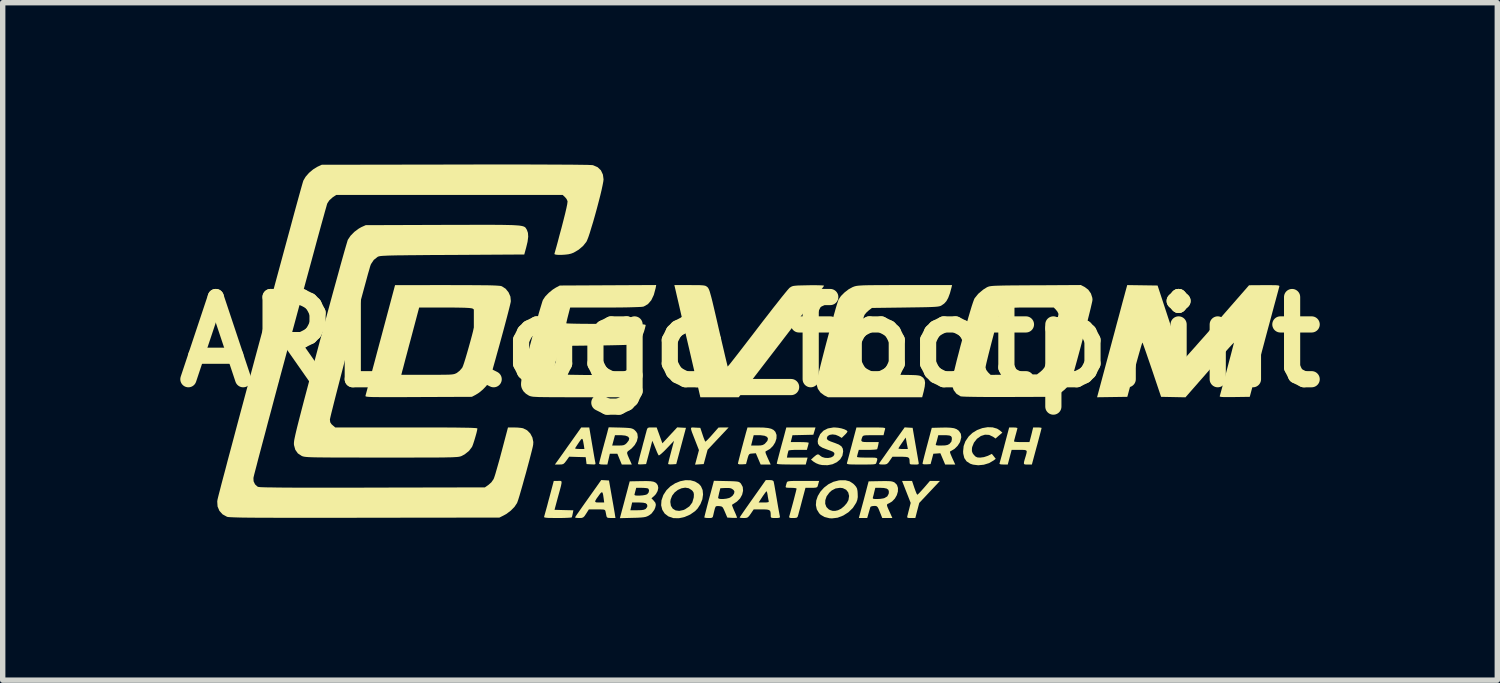
<source format=kicad_pcb>
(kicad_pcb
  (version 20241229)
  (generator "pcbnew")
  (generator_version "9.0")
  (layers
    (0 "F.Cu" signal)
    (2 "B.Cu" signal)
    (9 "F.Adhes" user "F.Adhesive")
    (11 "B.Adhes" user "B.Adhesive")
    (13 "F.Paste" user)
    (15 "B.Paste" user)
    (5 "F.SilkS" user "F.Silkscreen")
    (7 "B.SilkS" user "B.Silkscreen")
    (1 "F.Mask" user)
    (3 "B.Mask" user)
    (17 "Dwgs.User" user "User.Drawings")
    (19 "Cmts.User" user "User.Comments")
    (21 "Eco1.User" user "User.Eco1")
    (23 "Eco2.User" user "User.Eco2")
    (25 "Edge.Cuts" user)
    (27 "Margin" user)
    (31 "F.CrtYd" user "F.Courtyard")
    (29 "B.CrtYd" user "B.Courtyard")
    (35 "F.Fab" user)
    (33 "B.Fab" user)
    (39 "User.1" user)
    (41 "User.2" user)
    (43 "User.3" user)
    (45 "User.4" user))
  (footprint "ARL_logo_footprint"
    (layer "F.Cu")
    (at 10.857 3.292)
    (property "Reference" "ARL_logo_footprint" (at 0 0 0) (layer "F.SilkS") (effects (font (size 1.524 1.524) (thickness 0.3))))
    (attr board_only exclude_from_pos_files exclude_from_bom)
    (fp_poly (pts (xy 3.047 2.703) (xy 3.068 2.761) (xy 3.086 2.806) (xy 3.099 2.829) (xy 3.102 2.831) (xy 3.117 2.82) (xy 3.148 2.789) (xy 3.189 2.744) (xy 3.225 2.704) (xy 3.335 2.576) (xy 3.428 2.576) (xy 3.522 2.575) (xy 3.33 2.779) (xy 3.138 2.983) (xy 3.101 3.123) (xy 3.065 3.263) (xy 2.986 3.263) (xy 2.939 3.262) (xy 2.918 3.256) (xy 2.914 3.241) (xy 2.917 3.227) (xy 2.926 3.193) (xy 2.939 3.14) (xy 2.953 3.087) (xy 2.979 2.983) (xy 2.899 2.779) (xy 2.819 2.575) (xy 3.004 2.575)) (stroke (width 0) (type solid)) (fill yes) (layer "F.SilkS"))
    (fp_poly (pts (xy -0.592 1.791) (xy -0.787 1.998) (xy -0.823 2.131) (xy -0.859 2.263) (xy -0.939 2.268) (xy -1.019 2.273) (xy -0.947 2.004) (xy -1.015 1.83) (xy -1.051 1.738) (xy -1.077 1.671) (xy -1.091 1.627) (xy -1.095 1.601) (xy -1.088 1.587) (xy -1.07 1.584) (xy -1.041 1.585) (xy -1.014 1.587) (xy -0.922 1.591) (xy -0.881 1.714) (xy -0.861 1.773) (xy -0.843 1.818) (xy -0.832 1.844) (xy -0.83 1.846) (xy -0.817 1.839) (xy -0.787 1.811) (xy -0.746 1.768) (xy -0.703 1.72) (xy -0.584 1.585) (xy -0.49 1.584) (xy -0.397 1.584)) (stroke (width 0) (type solid)) (fill yes) (layer "F.SilkS"))
    (fp_poly (pts (xy -3.513 2.575) (xy -3.5 2.58) (xy -3.494 2.595) (xy -3.496 2.622) (xy -3.505 2.667) (xy -3.522 2.732) (xy -3.547 2.822) (xy -3.565 2.887) (xy -3.625 3.111) (xy -3.45 3.116) (xy -3.276 3.12) (xy -3.287 3.179) (xy -3.296 3.221) (xy -3.304 3.248) (xy -3.305 3.251) (xy -3.323 3.255) (xy -3.367 3.258) (xy -3.432 3.261) (xy -3.513 3.263) (xy -3.57 3.263) (xy -3.669 3.262) (xy -3.741 3.261) (xy -3.787 3.257) (xy -3.812 3.252) (xy -3.819 3.244) (xy -3.819 3.243) (xy -3.813 3.222) (xy -3.8 3.175) (xy -3.781 3.107) (xy -3.758 3.023) (xy -3.733 2.927) (xy -3.725 2.899) (xy -3.639 2.575) (xy -3.562 2.575) (xy -3.534 2.574)) (stroke (width 0) (type solid)) (fill yes) (layer "F.SilkS"))
    (fp_poly (pts (xy 1.174 1.719) (xy 0.787 1.728) (xy 0.771 1.792) (xy 0.755 1.855) (xy 0.921 1.855) (xy 0.99 1.856) (xy 1.045 1.859) (xy 1.079 1.864) (xy 1.088 1.867) (xy 1.084 1.889) (xy 1.074 1.929) (xy 1.071 1.939) (xy 1.054 1.999) (xy 0.888 1.999) (xy 0.818 2) (xy 0.762 2.003) (xy 0.725 2.008) (xy 0.714 2.011) (xy 0.707 2.034) (xy 0.697 2.074) (xy 0.695 2.083) (xy 0.684 2.143) (xy 1.067 2.143) (xy 1.033 2.271) (xy 0.764 2.271) (xy 0.661 2.27) (xy 0.58 2.268) (xy 0.525 2.264) (xy 0.498 2.258) (xy 0.496 2.255) (xy 0.5 2.235) (xy 0.511 2.19) (xy 0.528 2.125) (xy 0.549 2.045) (xy 0.566 1.98) (xy 0.591 1.887) (xy 0.615 1.801) (xy 0.635 1.727) (xy 0.649 1.673) (xy 0.655 1.651) (xy 0.673 1.584) (xy 1.214 1.584)) (stroke (width 0) (type solid)) (fill yes) (layer "F.SilkS"))
    (fp_poly (pts (xy 4.498 1.582) (xy 4.581 1.606) (xy 4.635 1.641) (xy 4.679 1.68) (xy 4.615 1.734) (xy 4.552 1.789) (xy 4.507 1.757) (xy 4.434 1.722) (xy 4.357 1.718) (xy 4.281 1.742) (xy 4.208 1.794) (xy 4.152 1.865) (xy 4.119 1.947) (xy 4.115 1.972) (xy 4.114 2.022) (xy 4.127 2.06) (xy 4.15 2.092) (xy 4.183 2.125) (xy 4.218 2.14) (xy 4.267 2.143) (xy 4.337 2.134) (xy 4.407 2.111) (xy 4.412 2.109) (xy 4.484 2.074) (xy 4.52 2.119) (xy 4.556 2.165) (xy 4.516 2.196) (xy 4.433 2.245) (xy 4.334 2.275) (xy 4.231 2.285) (xy 4.134 2.273) (xy 4.083 2.256) (xy 4.015 2.212) (xy 3.973 2.151) (xy 3.953 2.069) (xy 3.951 2.027) (xy 3.961 1.928) (xy 3.993 1.841) (xy 4.052 1.754) (xy 4.053 1.752) (xy 4.125 1.684) (xy 4.212 1.631) (xy 4.307 1.596) (xy 4.405 1.579)) (stroke (width 0) (type solid)) (fill yes) (layer "F.SilkS"))
    (fp_poly (pts (xy -2.929 1.891) (xy -2.912 1.989) (xy -2.897 2.078) (xy -2.884 2.152) (xy -2.874 2.207) (xy -2.868 2.235) (xy -2.868 2.236) (xy -2.865 2.257) (xy -2.873 2.268) (xy -2.901 2.27) (xy -2.945 2.268) (xy -3.031 2.263) (xy -3.039 2.199) (xy -3.047 2.135) (xy -3.2 2.131) (xy -3.353 2.126) (xy -3.405 2.199) (xy -3.437 2.24) (xy -3.463 2.262) (xy -3.495 2.27) (xy -3.537 2.271) (xy -3.618 2.271) (xy -3.563 2.195) (xy -3.537 2.159) (xy -3.496 2.101) (xy -3.445 2.029) (xy -3.404 1.971) (xy -3.244 1.971) (xy -3.233 1.978) (xy -3.198 1.982) (xy -3.16 1.983) (xy -3.071 1.983) (xy -3.081 1.915) (xy -3.093 1.846) (xy -3.103 1.806) (xy -3.115 1.793) (xy -3.134 1.807) (xy -3.161 1.844) (xy -3.176 1.866) (xy -3.208 1.914) (xy -3.232 1.951) (xy -3.244 1.971) (xy -3.244 1.971) (xy -3.404 1.971) (xy -3.387 1.946) (xy -3.325 1.86) (xy -3.319 1.851) (xy -3.13 1.584) (xy -2.981 1.584)) (stroke (width 0) (type solid)) (fill yes) (layer "F.SilkS"))
    (fp_poly (pts (xy -1.269 1.587) (xy -1.188 1.591) (xy -1.368 2.263) (xy -1.444 2.268) (xy -1.488 2.269) (xy -1.515 2.264) (xy -1.519 2.26) (xy -1.515 2.241) (xy -1.505 2.196) (xy -1.489 2.134) (xy -1.469 2.058) (xy -1.464 2.039) (xy -1.409 1.831) (xy -1.545 1.974) (xy -1.599 2.029) (xy -1.645 2.071) (xy -1.678 2.097) (xy -1.694 2.102) (xy -1.694 2.102) (xy -1.707 2.079) (xy -1.726 2.038) (xy -1.732 2.023) (xy -1.756 1.964) (xy -1.781 1.903) (xy -1.784 1.895) (xy -1.812 1.831) (xy -1.927 2.263) (xy -2.003 2.268) (xy -2.048 2.269) (xy -2.075 2.265) (xy -2.079 2.261) (xy -2.075 2.243) (xy -2.064 2.199) (xy -2.048 2.134) (xy -2.027 2.054) (xy -2.006 1.977) (xy -1.982 1.883) (xy -1.958 1.796) (xy -1.939 1.722) (xy -1.924 1.668) (xy -1.918 1.643) (xy -1.907 1.609) (xy -1.893 1.591) (xy -1.866 1.584) (xy -1.817 1.584) (xy -1.731 1.584) (xy -1.678 1.731) (xy -1.625 1.878) (xy -1.35 1.582)) (stroke (width 0) (type solid)) (fill yes) (layer "F.SilkS"))
    (fp_poly (pts (xy 1.271 2.611) (xy 1.26 2.653) (xy 1.253 2.675) (xy 1.244 2.69) (xy 1.221 2.699) (xy 1.177 2.703) (xy 1.137 2.703) (xy 1.028 2.703) (xy 0.967 2.931) (xy 0.945 3.016) (xy 0.924 3.095) (xy 0.906 3.159) (xy 0.895 3.202) (xy 0.892 3.211) (xy 0.882 3.242) (xy 0.866 3.257) (xy 0.835 3.262) (xy 0.798 3.263) (xy 0.751 3.262) (xy 0.729 3.255) (xy 0.725 3.242) (xy 0.727 3.234) (xy 0.737 3.199) (xy 0.752 3.144) (xy 0.771 3.075) (xy 0.792 2.998) (xy 0.813 2.919) (xy 0.832 2.845) (xy 0.848 2.783) (xy 0.859 2.738) (xy 0.864 2.718) (xy 0.864 2.718) (xy 0.849 2.71) (xy 0.811 2.705) (xy 0.759 2.703) (xy 0.703 2.702) (xy 0.672 2.699) (xy 0.661 2.69) (xy 0.662 2.674) (xy 0.663 2.671) (xy 0.675 2.627) (xy 0.681 2.607) (xy 0.686 2.596) (xy 0.695 2.588) (xy 0.715 2.582) (xy 0.748 2.578) (xy 0.799 2.576) (xy 0.874 2.575) (xy 0.975 2.575) (xy 0.986 2.575) (xy 1.282 2.575)) (stroke (width 0) (type solid)) (fill yes) (layer "F.SilkS"))
    (fp_poly (pts (xy -1.106 2.563) (xy -1.021 2.586) (xy -0.949 2.63) (xy -0.91 2.673) (xy -0.879 2.744) (xy -0.871 2.827) (xy -0.884 2.916) (xy -0.919 3.005) (xy -0.972 3.087) (xy -1.018 3.135) (xy -1.11 3.199) (xy -1.213 3.244) (xy -1.319 3.267) (xy -1.418 3.265) (xy -1.425 3.264) (xy -1.514 3.233) (xy -1.582 3.181) (xy -1.627 3.111) (xy -1.648 3.028) (xy -1.644 2.965) (xy -1.478 2.965) (xy -1.467 3.037) (xy -1.433 3.09) (xy -1.38 3.122) (xy -1.313 3.131) (xy -1.235 3.115) (xy -1.204 3.101) (xy -1.124 3.047) (xy -1.071 2.976) (xy -1.045 2.888) (xy -1.043 2.874) (xy -1.041 2.822) (xy -1.048 2.788) (xy -1.068 2.759) (xy -1.08 2.747) (xy -1.136 2.711) (xy -1.202 2.7) (xy -1.271 2.712) (xy -1.338 2.742) (xy -1.398 2.789) (xy -1.444 2.849) (xy -1.472 2.92) (xy -1.478 2.965) (xy -1.644 2.965) (xy -1.642 2.936) (xy -1.608 2.838) (xy -1.606 2.834) (xy -1.549 2.747) (xy -1.474 2.674) (xy -1.388 2.619) (xy -1.295 2.581) (xy -1.199 2.562)) (stroke (width 0) (type solid)) (fill yes) (layer "F.SilkS"))
    (fp_poly (pts (xy 1.769 2.563) (xy 1.847 2.583) (xy 1.913 2.626) (xy 1.936 2.648) (xy 1.966 2.683) (xy 1.984 2.717) (xy 1.993 2.762) (xy 1.996 2.806) (xy 1.998 2.875) (xy 1.989 2.928) (xy 1.969 2.98) (xy 1.968 2.981) (xy 1.907 3.076) (xy 1.825 3.156) (xy 1.729 3.217) (xy 1.625 3.257) (xy 1.519 3.27) (xy 1.472 3.267) (xy 1.38 3.244) (xy 1.31 3.203) (xy 1.282 3.175) (xy 1.238 3.103) (xy 1.221 3.023) (xy 1.223 2.999) (xy 1.394 2.999) (xy 1.416 3.059) (xy 1.46 3.103) (xy 1.488 3.117) (xy 1.534 3.131) (xy 1.578 3.131) (xy 1.631 3.119) (xy 1.688 3.091) (xy 1.746 3.043) (xy 1.795 2.986) (xy 1.825 2.931) (xy 1.837 2.854) (xy 1.821 2.789) (xy 1.782 2.739) (xy 1.721 2.709) (xy 1.669 2.703) (xy 1.586 2.715) (xy 1.515 2.752) (xy 1.469 2.794) (xy 1.42 2.861) (xy 1.396 2.932) (xy 1.394 2.999) (xy 1.223 2.999) (xy 1.228 2.938) (xy 1.257 2.854) (xy 1.306 2.773) (xy 1.372 2.7) (xy 1.452 2.638) (xy 1.544 2.592) (xy 1.645 2.566) (xy 1.673 2.563)) (stroke (width 0) (type solid)) (fill yes) (layer "F.SilkS"))
    (fp_poly (pts (xy 2.941 1.587) (xy 3.015 1.591) (xy 3.066 1.887) (xy 3.083 1.984) (xy 3.098 2.072) (xy 3.111 2.146) (xy 3.12 2.2) (xy 3.125 2.227) (xy 3.129 2.252) (xy 3.122 2.266) (xy 3.098 2.271) (xy 3.048 2.271) (xy 3.047 2.271) (xy 2.996 2.27) (xy 2.97 2.265) (xy 2.961 2.251) (xy 2.959 2.225) (xy 2.957 2.181) (xy 2.949 2.153) (xy 2.928 2.137) (xy 2.888 2.13) (xy 2.825 2.127) (xy 2.79 2.127) (xy 2.641 2.127) (xy 2.591 2.199) (xy 2.561 2.241) (xy 2.535 2.262) (xy 2.503 2.27) (xy 2.462 2.271) (xy 2.413 2.269) (xy 2.393 2.262) (xy 2.394 2.251) (xy 2.406 2.233) (xy 2.434 2.193) (xy 2.476 2.134) (xy 2.528 2.06) (xy 2.587 1.976) (xy 2.589 1.974) (xy 2.751 1.974) (xy 2.766 1.979) (xy 2.803 1.983) (xy 2.839 1.983) (xy 2.926 1.983) (xy 2.917 1.931) (xy 2.906 1.876) (xy 2.897 1.825) (xy 2.886 1.771) (xy 2.819 1.868) (xy 2.786 1.916) (xy 2.762 1.953) (xy 2.751 1.973) (xy 2.751 1.974) (xy 2.589 1.974) (xy 2.636 1.907) (xy 2.867 1.582)) (stroke (width 0) (type solid)) (fill yes) (layer "F.SilkS"))
    (fp_poly (pts (xy -2.687 2.563) (xy -2.615 2.567) (xy -2.565 2.853) (xy -2.548 2.949) (xy -2.532 3.039) (xy -2.519 3.116) (xy -2.509 3.173) (xy -2.505 3.201) (xy -2.495 3.263) (xy -2.575 3.263) (xy -2.623 3.261) (xy -2.648 3.254) (xy -2.66 3.236) (xy -2.663 3.223) (xy -2.673 3.173) (xy -2.679 3.143) (xy -2.685 3.124) (xy -2.695 3.113) (xy -2.717 3.106) (xy -2.757 3.104) (xy -2.822 3.103) (xy -2.838 3.103) (xy -2.988 3.103) (xy -3.039 3.183) (xy -3.069 3.228) (xy -3.093 3.251) (xy -3.121 3.261) (xy -3.163 3.263) (xy -3.17 3.263) (xy -3.214 3.261) (xy -3.241 3.255) (xy -3.244 3.25) (xy -3.234 3.234) (xy -3.208 3.195) (xy -3.168 3.138) (xy -3.117 3.065) (xy -3.058 2.981) (xy -3.045 2.963) (xy -2.871 2.963) (xy -2.853 2.973) (xy -2.814 2.975) (xy -2.793 2.975) (xy -2.704 2.975) (xy -2.714 2.899) (xy -2.724 2.831) (xy -2.734 2.794) (xy -2.748 2.784) (xy -2.77 2.8) (xy -2.801 2.841) (xy -2.805 2.847) (xy -2.847 2.905) (xy -2.868 2.942) (xy -2.871 2.963) (xy -3.045 2.963) (xy -2.999 2.898) (xy -2.759 2.559)) (stroke (width 0) (type solid)) (fill yes) (layer "F.SilkS"))
    (fp_poly (pts (xy 0.253 1.586) (xy 0.334 1.594) (xy 0.393 1.608) (xy 0.436 1.63) (xy 0.467 1.662) (xy 0.47 1.665) (xy 0.492 1.723) (xy 0.49 1.79) (xy 0.467 1.86) (xy 0.426 1.926) (xy 0.371 1.981) (xy 0.305 2.019) (xy 0.3 2.02) (xy 0.288 2.028) (xy 0.286 2.043) (xy 0.294 2.072) (xy 0.315 2.121) (xy 0.328 2.151) (xy 0.383 2.271) (xy 0.197 2.271) (xy 0.108 2.062) (xy 0.043 2.067) (xy 0.007 2.07) (xy -0.014 2.08) (xy -0.029 2.104) (xy -0.043 2.148) (xy -0.048 2.167) (xy -0.074 2.263) (xy -0.149 2.268) (xy -0.2 2.268) (xy -0.223 2.258) (xy -0.224 2.255) (xy -0.22 2.234) (xy -0.209 2.188) (xy -0.192 2.122) (xy -0.171 2.041) (xy -0.148 1.951) (xy -0.139 1.919) (xy 0.02 1.919) (xy 0.129 1.919) (xy 0.192 1.918) (xy 0.233 1.91) (xy 0.263 1.895) (xy 0.278 1.883) (xy 0.321 1.834) (xy 0.333 1.792) (xy 0.316 1.759) (xy 0.27 1.738) (xy 0.197 1.728) (xy 0.177 1.727) (xy 0.068 1.727) (xy 0.02 1.919) (xy -0.139 1.919) (xy -0.123 1.858) (xy -0.098 1.766) (xy -0.075 1.681) (xy -0.071 1.667) (xy -0.047 1.584) (xy 0.145 1.584)) (stroke (width 0) (type solid)) (fill yes) (layer "F.SilkS"))
    (fp_poly (pts (xy 4.926 1.586) (xy 4.954 1.592) (xy 4.958 1.596) (xy 4.954 1.616) (xy 4.943 1.658) (xy 4.928 1.714) (xy 4.926 1.719) (xy 4.911 1.776) (xy 4.899 1.82) (xy 4.895 1.843) (xy 4.894 1.843) (xy 4.909 1.849) (xy 4.949 1.853) (xy 5.006 1.855) (xy 5.038 1.855) (xy 5.181 1.855) (xy 5.197 1.795) (xy 5.211 1.741) (xy 5.227 1.678) (xy 5.231 1.659) (xy 5.25 1.584) (xy 5.328 1.584) (xy 5.373 1.585) (xy 5.401 1.59) (xy 5.406 1.593) (xy 5.402 1.611) (xy 5.391 1.655) (xy 5.374 1.72) (xy 5.352 1.803) (xy 5.327 1.898) (xy 5.316 1.937) (xy 5.226 2.271) (xy 5.148 2.271) (xy 5.111 2.271) (xy 5.088 2.267) (xy 5.078 2.254) (xy 5.08 2.225) (xy 5.093 2.176) (xy 5.113 2.111) (xy 5.127 2.059) (xy 5.131 2.027) (xy 5.12 2.009) (xy 5.088 2.001) (xy 5.03 1.999) (xy 4.993 1.999) (xy 4.851 1.999) (xy 4.779 2.271) (xy 4.699 2.271) (xy 4.649 2.269) (xy 4.627 2.26) (xy 4.626 2.251) (xy 4.632 2.23) (xy 4.645 2.183) (xy 4.664 2.115) (xy 4.686 2.031) (xy 4.712 1.936) (xy 4.719 1.907) (xy 4.805 1.584) (xy 4.882 1.584)) (stroke (width 0) (type solid)) (fill yes) (layer "F.SilkS"))
    (fp_poly (pts (xy -2.407 1.586) (xy -2.318 1.589) (xy -2.255 1.593) (xy -2.211 1.598) (xy -2.181 1.607) (xy -2.157 1.619) (xy -2.148 1.625) (xy -2.113 1.66) (xy -2.089 1.698) (xy -2.089 1.699) (xy -2.081 1.766) (xy -2.098 1.839) (xy -2.138 1.91) (xy -2.195 1.973) (xy -2.229 1.999) (xy -2.259 2.02) (xy -2.276 2.039) (xy -2.279 2.063) (xy -2.268 2.099) (xy -2.244 2.155) (xy -2.233 2.179) (xy -2.192 2.271) (xy -2.378 2.271) (xy -2.419 2.171) (xy -2.46 2.071) (xy -2.599 2.071) (xy -2.622 2.171) (xy -2.645 2.271) (xy -2.722 2.271) (xy -2.767 2.269) (xy -2.794 2.261) (xy -2.799 2.256) (xy -2.795 2.237) (xy -2.784 2.191) (xy -2.767 2.126) (xy -2.746 2.046) (xy -2.729 1.98) (xy -2.712 1.919) (xy -2.556 1.919) (xy -2.444 1.919) (xy -2.383 1.918) (xy -2.344 1.912) (xy -2.316 1.899) (xy -2.288 1.875) (xy -2.286 1.873) (xy -2.248 1.823) (xy -2.24 1.783) (xy -2.262 1.754) (xy -2.312 1.735) (xy -2.391 1.727) (xy -2.397 1.727) (xy -2.504 1.727) (xy -2.53 1.823) (xy -2.556 1.919) (xy -2.712 1.919) (xy -2.704 1.888) (xy -2.68 1.801) (xy -2.66 1.727) (xy -2.645 1.672) (xy -2.64 1.65) (xy -2.621 1.581)) (stroke (width 0) (type solid)) (fill yes) (layer "F.SilkS"))
    (fp_poly (pts (xy 1.632 1.589) (xy 1.694 1.601) (xy 1.749 1.618) (xy 1.79 1.638) (xy 1.807 1.658) (xy 1.807 1.66) (xy 1.797 1.678) (xy 1.77 1.709) (xy 1.754 1.725) (xy 1.7 1.778) (xy 1.646 1.745) (xy 1.589 1.721) (xy 1.53 1.713) (xy 1.478 1.721) (xy 1.44 1.743) (xy 1.424 1.778) (xy 1.424 1.783) (xy 1.43 1.804) (xy 1.451 1.823) (xy 1.493 1.843) (xy 1.56 1.867) (xy 1.572 1.871) (xy 1.647 1.901) (xy 1.695 1.934) (xy 1.72 1.976) (xy 1.727 2.028) (xy 1.713 2.107) (xy 1.672 2.175) (xy 1.61 2.228) (xy 1.53 2.266) (xy 1.438 2.284) (xy 1.337 2.281) (xy 1.279 2.269) (xy 1.225 2.247) (xy 1.176 2.217) (xy 1.13 2.18) (xy 1.185 2.13) (xy 1.229 2.094) (xy 1.259 2.082) (xy 1.283 2.091) (xy 1.295 2.103) (xy 1.335 2.131) (xy 1.388 2.147) (xy 1.447 2.15) (xy 1.502 2.14) (xy 1.543 2.118) (xy 1.56 2.094) (xy 1.565 2.07) (xy 1.558 2.051) (xy 1.534 2.033) (xy 1.489 2.014) (xy 1.423 1.991) (xy 1.341 1.959) (xy 1.288 1.926) (xy 1.26 1.886) (xy 1.255 1.837) (xy 1.263 1.793) (xy 1.301 1.707) (xy 1.362 1.643) (xy 1.443 1.602) (xy 1.545 1.584) (xy 1.571 1.584)) (stroke (width 0) (type solid)) (fill yes) (layer "F.SilkS"))
    (fp_poly (pts (xy 3.721 1.589) (xy 3.783 1.598) (xy 3.829 1.615) (xy 3.865 1.64) (xy 3.873 1.648) (xy 3.909 1.701) (xy 3.917 1.765) (xy 3.898 1.841) (xy 3.888 1.865) (xy 3.848 1.926) (xy 3.792 1.981) (xy 3.73 2.018) (xy 3.723 2.02) (xy 3.711 2.028) (xy 3.708 2.043) (xy 3.716 2.071) (xy 3.736 2.119) (xy 3.75 2.151) (xy 3.805 2.271) (xy 3.618 2.271) (xy 3.574 2.167) (xy 3.529 2.062) (xy 3.464 2.067) (xy 3.399 2.071) (xy 3.374 2.167) (xy 3.348 2.263) (xy 3.274 2.268) (xy 3.224 2.268) (xy 3.202 2.26) (xy 3.199 2.252) (xy 3.203 2.231) (xy 3.214 2.184) (xy 3.231 2.116) (xy 3.253 2.032) (xy 3.278 1.936) (xy 3.285 1.911) (xy 3.286 1.907) (xy 3.444 1.907) (xy 3.457 1.915) (xy 3.491 1.919) (xy 3.547 1.919) (xy 3.614 1.917) (xy 3.659 1.909) (xy 3.692 1.893) (xy 3.701 1.886) (xy 3.734 1.846) (xy 3.743 1.8) (xy 3.74 1.766) (xy 3.726 1.745) (xy 3.696 1.733) (xy 3.643 1.728) (xy 3.591 1.727) (xy 3.491 1.727) (xy 3.473 1.797) (xy 3.46 1.846) (xy 3.448 1.885) (xy 3.445 1.893) (xy 3.444 1.907) (xy 3.286 1.907) (xy 3.37 1.591) (xy 3.529 1.587) (xy 3.638 1.585)) (stroke (width 0) (type solid)) (fill yes) (layer "F.SilkS"))
    (fp_poly (pts (xy 0.409 2.563) (xy 0.433 2.577) (xy 0.438 2.587) (xy 0.443 2.611) (xy 0.453 2.662) (xy 0.465 2.732) (xy 0.48 2.818) (xy 0.496 2.911) (xy 0.512 3.006) (xy 0.527 3.092) (xy 0.54 3.162) (xy 0.549 3.212) (xy 0.554 3.235) (xy 0.554 3.251) (xy 0.54 3.259) (xy 0.504 3.263) (xy 0.473 3.263) (xy 0.422 3.262) (xy 0.396 3.257) (xy 0.385 3.243) (xy 0.384 3.219) (xy 0.382 3.167) (xy 0.374 3.134) (xy 0.353 3.115) (xy 0.315 3.106) (xy 0.253 3.103) (xy 0.216 3.103) (xy 0.068 3.103) (xy 0.014 3.183) (xy -0.018 3.227) (xy -0.043 3.251) (xy -0.071 3.261) (xy -0.114 3.263) (xy -0.116 3.263) (xy -0.16 3.261) (xy -0.188 3.257) (xy -0.192 3.253) (xy -0.183 3.238) (xy -0.158 3.201) (xy -0.119 3.144) (xy -0.069 3.072) (xy -0.01 2.988) (xy -0.001 2.975) (xy 0.16 2.975) (xy 0.257 2.975) (xy 0.31 2.974) (xy 0.339 2.969) (xy 0.348 2.959) (xy 0.346 2.947) (xy 0.339 2.915) (xy 0.33 2.866) (xy 0.327 2.843) (xy 0.319 2.799) (xy 0.31 2.772) (xy 0.306 2.767) (xy 0.293 2.78) (xy 0.268 2.813) (xy 0.235 2.86) (xy 0.228 2.871) (xy 0.16 2.975) (xy -0.001 2.975) (xy 0.051 2.902) (xy 0.293 2.559) (xy 0.361 2.559)) (stroke (width 0) (type solid)) (fill yes) (layer "F.SilkS"))
    (fp_poly (pts (xy 2.569 2.579) (xy 2.613 2.582) (xy 2.645 2.589) (xy 2.67 2.599) (xy 2.682 2.606) (xy 2.724 2.648) (xy 2.743 2.706) (xy 2.742 2.771) (xy 2.722 2.839) (xy 2.685 2.903) (xy 2.633 2.957) (xy 2.576 2.991) (xy 2.554 3) (xy 2.542 3.01) (xy 2.539 3.027) (xy 2.547 3.056) (xy 2.567 3.103) (xy 2.598 3.171) (xy 2.639 3.263) (xy 2.452 3.263) (xy 2.407 3.151) (xy 2.384 3.094) (xy 2.366 3.061) (xy 2.349 3.045) (xy 2.325 3.039) (xy 2.3 3.039) (xy 2.258 3.044) (xy 2.233 3.056) (xy 2.232 3.059) (xy 2.224 3.085) (xy 2.211 3.13) (xy 2.199 3.171) (xy 2.173 3.263) (xy 2.018 3.263) (xy 2.075 3.051) (xy 2.1 2.959) (xy 2.116 2.899) (xy 2.277 2.899) (xy 2.291 2.908) (xy 2.328 2.911) (xy 2.356 2.911) (xy 2.416 2.908) (xy 2.472 2.899) (xy 2.493 2.893) (xy 2.545 2.862) (xy 2.571 2.814) (xy 2.575 2.777) (xy 2.566 2.741) (xy 2.536 2.718) (xy 2.481 2.706) (xy 2.418 2.703) (xy 2.323 2.703) (xy 2.304 2.779) (xy 2.292 2.83) (xy 2.281 2.871) (xy 2.277 2.883) (xy 2.277 2.899) (xy 2.116 2.899) (xy 2.125 2.864) (xy 2.148 2.778) (xy 2.165 2.711) (xy 2.165 2.711) (xy 2.199 2.583) (xy 2.415 2.579) (xy 2.505 2.578)) (stroke (width 0) (type solid)) (fill yes) (layer "F.SilkS"))
    (fp_poly (pts (xy 2.342 1.584) (xy 2.413 1.585) (xy 2.461 1.587) (xy 2.489 1.591) (xy 2.503 1.597) (xy 2.506 1.605) (xy 2.505 1.611) (xy 2.495 1.648) (xy 2.486 1.683) (xy 2.476 1.727) (xy 2.285 1.727) (xy 2.205 1.728) (xy 2.15 1.729) (xy 2.116 1.733) (xy 2.097 1.74) (xy 2.086 1.752) (xy 2.079 1.768) (xy 2.066 1.806) (xy 2.064 1.831) (xy 2.078 1.846) (xy 2.112 1.853) (xy 2.171 1.855) (xy 2.225 1.855) (xy 2.387 1.855) (xy 2.376 1.915) (xy 2.366 1.957) (xy 2.358 1.985) (xy 2.357 1.987) (xy 2.339 1.992) (xy 2.296 1.996) (xy 2.235 1.999) (xy 2.183 1.999) (xy 2.017 1.999) (xy 2 2.059) (xy 1.989 2.101) (xy 1.984 2.128) (xy 1.983 2.131) (xy 1.998 2.136) (xy 2.039 2.14) (xy 2.1 2.142) (xy 2.174 2.143) (xy 2.176 2.143) (xy 2.258 2.143) (xy 2.313 2.144) (xy 2.345 2.15) (xy 2.358 2.161) (xy 2.359 2.182) (xy 2.35 2.214) (xy 2.343 2.235) (xy 2.339 2.248) (xy 2.33 2.258) (xy 2.313 2.264) (xy 2.283 2.268) (xy 2.234 2.27) (xy 2.164 2.271) (xy 2.066 2.271) (xy 2.061 2.271) (xy 1.962 2.271) (xy 1.891 2.27) (xy 1.843 2.268) (xy 1.814 2.264) (xy 1.8 2.258) (xy 1.796 2.25) (xy 1.797 2.243) (xy 1.804 2.22) (xy 1.817 2.171) (xy 1.836 2.101) (xy 1.858 2.015) (xy 1.884 1.919) (xy 1.889 1.899) (xy 1.973 1.584) (xy 2.243 1.584)) (stroke (width 0) (type solid)) (fill yes) (layer "F.SilkS"))
    (fp_poly (pts (xy -1.844 2.581) (xy -1.792 2.589) (xy -1.756 2.604) (xy -1.73 2.626) (xy -1.71 2.658) (xy -1.701 2.705) (xy -1.714 2.763) (xy -1.745 2.819) (xy -1.778 2.855) (xy -1.828 2.897) (xy -1.786 2.941) (xy -1.755 2.98) (xy -1.746 3.02) (xy -1.757 3.068) (xy -1.775 3.111) (xy -1.826 3.18) (xy -1.875 3.216) (xy -1.905 3.231) (xy -1.935 3.242) (xy -1.973 3.249) (xy -2.024 3.254) (xy -2.095 3.258) (xy -2.178 3.26) (xy -2.413 3.266) (xy -2.374 3.119) (xy -2.219 3.119) (xy -2.09 3.119) (xy -2.018 3.117) (xy -1.97 3.11) (xy -1.94 3.098) (xy -1.933 3.093) (xy -1.91 3.062) (xy -1.903 3.04) (xy -1.911 3.009) (xy -1.935 2.989) (xy -1.982 2.979) (xy -2.055 2.975) (xy -2.064 2.975) (xy -2.186 2.975) (xy -2.202 3.047) (xy -2.219 3.119) (xy -2.374 3.119) (xy -2.356 3.053) (xy -2.331 2.96) (xy -2.306 2.865) (xy -2.298 2.835) (xy -2.143 2.835) (xy -2.129 2.844) (xy -2.093 2.848) (xy -2.043 2.847) (xy -1.99 2.843) (xy -1.943 2.835) (xy -1.91 2.824) (xy -1.907 2.822) (xy -1.881 2.791) (xy -1.872 2.754) (xy -1.882 2.723) (xy -1.897 2.713) (xy -1.926 2.708) (xy -1.975 2.704) (xy -2.016 2.703) (xy -2.11 2.703) (xy -2.126 2.763) (xy -2.137 2.805) (xy -2.143 2.832) (xy -2.143 2.835) (xy -2.298 2.835) (xy -2.283 2.779) (xy -2.265 2.712) (xy -2.265 2.711) (xy -2.231 2.583) (xy -2.017 2.579) (xy -1.917 2.578)) (stroke (width 0) (type solid)) (fill yes) (layer "F.SilkS"))
    (fp_poly (pts (xy -0.438 2.578) (xy -0.347 2.58) (xy -0.283 2.583) (xy -0.239 2.587) (xy -0.211 2.593) (xy -0.192 2.603) (xy -0.176 2.617) (xy -0.167 2.628) (xy -0.135 2.687) (xy -0.129 2.757) (xy -0.146 2.83) (xy -0.184 2.899) (xy -0.241 2.957) (xy -0.26 2.97) (xy -0.3 2.996) (xy -0.328 3.014) (xy -0.334 3.018) (xy -0.331 3.034) (xy -0.317 3.071) (xy -0.296 3.122) (xy -0.29 3.135) (xy -0.266 3.189) (xy -0.249 3.232) (xy -0.24 3.254) (xy -0.24 3.256) (xy -0.254 3.26) (xy -0.292 3.261) (xy -0.33 3.26) (xy -0.421 3.255) (xy -0.465 3.151) (xy -0.489 3.097) (xy -0.507 3.065) (xy -0.527 3.05) (xy -0.555 3.044) (xy -0.574 3.042) (xy -0.615 3.041) (xy -0.637 3.051) (xy -0.65 3.081) (xy -0.655 3.099) (xy -0.669 3.155) (xy -0.681 3.208) (xy -0.682 3.212) (xy -0.69 3.242) (xy -0.705 3.258) (xy -0.736 3.263) (xy -0.77 3.263) (xy -0.815 3.261) (xy -0.843 3.255) (xy -0.848 3.251) (xy -0.844 3.235) (xy -0.834 3.194) (xy -0.817 3.127) (xy -0.793 3.033) (xy -0.761 2.912) (xy -0.755 2.891) (xy -0.592 2.891) (xy -0.578 2.904) (xy -0.542 2.911) (xy -0.492 2.91) (xy -0.438 2.904) (xy -0.389 2.892) (xy -0.368 2.883) (xy -0.322 2.848) (xy -0.296 2.809) (xy -0.289 2.773) (xy -0.302 2.748) (xy -0.319 2.733) (xy -0.35 2.714) (xy -0.39 2.706) (xy -0.451 2.706) (xy -0.454 2.706) (xy -0.55 2.711) (xy -0.571 2.791) (xy -0.582 2.841) (xy -0.59 2.879) (xy -0.592 2.891) (xy -0.755 2.891) (xy -0.72 2.762) (xy -0.686 2.634) (xy -0.67 2.573)) (stroke (width 0) (type solid)) (fill yes) (layer "F.SilkS"))
    (fp_poly (pts (xy -1.016 -1.055) (xy -0.941 -1.055) (xy -0.887 -1.052) (xy -0.851 -1.048) (xy -0.826 -1.042) (xy -0.808 -1.032) (xy -0.791 -1.019) (xy -0.781 -1.009) (xy -0.771 -0.993) (xy -0.76 -0.971) (xy -0.748 -0.938) (xy -0.735 -0.893) (xy -0.718 -0.832) (xy -0.698 -0.753) (xy -0.674 -0.652) (xy -0.645 -0.528) (xy -0.61 -0.377) (xy -0.585 -0.267) (xy -0.551 -0.121) (xy -0.519 0.016) (xy -0.49 0.139) (xy -0.465 0.247) (xy -0.444 0.335) (xy -0.428 0.401) (xy -0.418 0.442) (xy -0.414 0.455) (xy -0.404 0.443) (xy -0.375 0.409) (xy -0.331 0.353) (xy -0.273 0.279) (xy -0.203 0.189) (xy -0.122 0.084) (xy -0.032 -0.033) (xy 0.065 -0.159) (xy 0.136 -0.252) (xy 0.238 -0.385) (xy 0.337 -0.512) (xy 0.428 -0.63) (xy 0.512 -0.736) (xy 0.585 -0.829) (xy 0.646 -0.904) (xy 0.693 -0.961) (xy 0.724 -0.996) (xy 0.734 -1.006) (xy 0.755 -1.02) (xy 0.775 -1.031) (xy 0.799 -1.039) (xy 0.834 -1.044) (xy 0.883 -1.048) (xy 0.953 -1.05) (xy 1.048 -1.052) (xy 1.084 -1.053) (xy 1.178 -1.054) (xy 1.258 -1.053) (xy 1.321 -1.051) (xy 1.361 -1.048) (xy 1.373 -1.044) (xy 1.363 -1.029) (xy 1.334 -0.991) (xy 1.289 -0.932) (xy 1.229 -0.853) (xy 1.155 -0.756) (xy 1.07 -0.643) (xy 0.973 -0.517) (xy 0.867 -0.379) (xy 0.753 -0.23) (xy 0.633 -0.074) (xy 0.579 -0.003) (xy -0.21 1.024) (xy -0.921 1.024) (xy -1.133 0.108) (xy -1.173 -0.062) (xy -1.211 -0.227) (xy -1.247 -0.382) (xy -1.28 -0.524) (xy -1.309 -0.651) (xy -1.334 -0.759) (xy -1.354 -0.844) (xy -1.368 -0.905) (xy -1.374 -0.932) (xy -1.403 -1.056) (xy -1.118 -1.056)) (stroke (width 0) (type solid)) (fill yes) (layer "F.SilkS"))
    (fp_poly (pts (xy 7.275 -1.052) (xy 7.557 -1.048) (xy 7.785 -0.354) (xy 7.831 -0.211) (xy 7.875 -0.079) (xy 7.915 0.041) (xy 7.95 0.146) (xy 7.979 0.232) (xy 8 0.296) (xy 8.014 0.335) (xy 8.019 0.346) (xy 8.03 0.336) (xy 8.06 0.303) (xy 8.108 0.251) (xy 8.171 0.18) (xy 8.248 0.094) (xy 8.336 -0.006) (xy 8.435 -0.117) (xy 8.541 -0.238) (xy 8.639 -0.35) (xy 9.253 -1.053) (xy 9.538 -1.055) (xy 9.64 -1.055) (xy 9.714 -1.054) (xy 9.764 -1.053) (xy 9.795 -1.049) (xy 9.811 -1.044) (xy 9.815 -1.036) (xy 9.814 -1.026) (xy 9.808 -1.006) (xy 9.795 -0.957) (xy 9.775 -0.883) (xy 9.749 -0.786) (xy 9.717 -0.669) (xy 9.681 -0.534) (xy 9.641 -0.385) (xy 9.597 -0.223) (xy 9.551 -0.051) (xy 9.535 0.01) (xy 9.266 1.016) (xy 8.984 1.02) (xy 8.879 1.021) (xy 8.803 1.021) (xy 8.752 1.019) (xy 8.722 1.015) (xy 8.71 1.009) (xy 8.709 1.004) (xy 8.716 0.981) (xy 8.729 0.933) (xy 8.748 0.864) (xy 8.771 0.778) (xy 8.798 0.681) (xy 8.826 0.576) (xy 8.854 0.468) (xy 8.882 0.362) (xy 8.909 0.262) (xy 8.932 0.173) (xy 8.951 0.099) (xy 8.965 0.045) (xy 8.972 0.015) (xy 8.973 0.011) (xy 8.963 0.02) (xy 8.934 0.05) (xy 8.888 0.1) (xy 8.828 0.167) (xy 8.755 0.249) (xy 8.672 0.342) (xy 8.581 0.446) (xy 8.524 0.511) (xy 8.074 1.025) (xy 7.622 1.016) (xy 7.454 0.517) (xy 7.413 0.397) (xy 7.375 0.287) (xy 7.342 0.19) (xy 7.314 0.111) (xy 7.293 0.052) (xy 7.28 0.017) (xy 7.277 0.01) (xy 7.27 0.022) (xy 7.257 0.062) (xy 7.238 0.126) (xy 7.214 0.21) (xy 7.185 0.312) (xy 7.154 0.426) (xy 7.132 0.508) (xy 6.996 1.016) (xy 6.435 1.024) (xy 6.672 0.14) (xy 6.717 -0.028) (xy 6.761 -0.191) (xy 6.802 -0.346) (xy 6.841 -0.489) (xy 6.875 -0.617) (xy 6.904 -0.726) (xy 6.928 -0.814) (xy 6.945 -0.876) (xy 6.951 -0.9) (xy 6.994 -1.056)) (stroke (width 0) (type solid)) (fill yes) (layer "F.SilkS"))
    (fp_poly (pts (xy 3.736 -1.012) (xy 3.706 -0.902) (xy 3.675 -0.82) (xy 3.641 -0.758) (xy 3.599 -0.712) (xy 3.548 -0.677) (xy 3.545 -0.675) (xy 3.529 -0.668) (xy 3.507 -0.662) (xy 3.477 -0.657) (xy 3.434 -0.653) (xy 3.377 -0.65) (xy 3.301 -0.647) (xy 3.203 -0.645) (xy 3.081 -0.643) (xy 2.931 -0.641) (xy 2.878 -0.64) (xy 2.261 -0.632) (xy 2.202 -0.587) (xy 2.16 -0.549) (xy 2.127 -0.51) (xy 2.121 -0.499) (xy 2.111 -0.473) (xy 2.095 -0.42) (xy 2.072 -0.345) (xy 2.046 -0.251) (xy 2.016 -0.144) (xy 1.984 -0.028) (xy 1.976 0.003) (xy 1.941 0.134) (xy 1.914 0.238) (xy 1.893 0.319) (xy 1.879 0.38) (xy 1.871 0.424) (xy 1.867 0.457) (xy 1.867 0.48) (xy 1.871 0.499) (xy 1.877 0.516) (xy 1.877 0.517) (xy 1.901 0.559) (xy 1.929 0.588) (xy 1.933 0.591) (xy 1.96 0.596) (xy 2.019 0.6) (xy 2.109 0.604) (xy 2.231 0.606) (xy 2.384 0.607) (xy 2.543 0.608) (xy 2.699 0.608) (xy 2.826 0.609) (xy 2.927 0.61) (xy 3.006 0.612) (xy 3.066 0.614) (xy 3.109 0.618) (xy 3.14 0.623) (xy 3.16 0.629) (xy 3.167 0.632) (xy 3.211 0.662) (xy 3.237 0.701) (xy 3.246 0.755) (xy 3.239 0.827) (xy 3.22 0.916) (xy 3.192 1.024) (xy 1.446 1.024) (xy 1.375 0.988) (xy 1.306 0.936) (xy 1.257 0.866) (xy 1.233 0.784) (xy 1.232 0.761) (xy 1.236 0.733) (xy 1.248 0.678) (xy 1.266 0.6) (xy 1.29 0.502) (xy 1.318 0.389) (xy 1.35 0.264) (xy 1.384 0.132) (xy 1.42 -0.005) (xy 1.457 -0.142) (xy 1.493 -0.275) (xy 1.527 -0.402) (xy 1.559 -0.516) (xy 1.587 -0.616) (xy 1.611 -0.697) (xy 1.63 -0.755) (xy 1.641 -0.787) (xy 1.642 -0.789) (xy 1.687 -0.854) (xy 1.753 -0.92) (xy 1.828 -0.978) (xy 1.903 -1.019) (xy 1.912 -1.022) (xy 1.932 -1.03) (xy 1.953 -1.036) (xy 1.977 -1.041) (xy 2.008 -1.045) (xy 2.047 -1.048) (xy 2.098 -1.051) (xy 2.163 -1.053) (xy 2.246 -1.054) (xy 2.349 -1.055) (xy 2.474 -1.055) (xy 2.625 -1.056) (xy 2.804 -1.056) (xy 2.873 -1.056) (xy 3.746 -1.056)) (stroke (width 0) (type solid)) (fill yes) (layer "F.SilkS"))
    (fp_poly (pts (xy -5.41 -1.055) (xy -5.233 -1.055) (xy -5.083 -1.054) (xy -4.958 -1.053) (xy -4.856 -1.052) (xy -4.775 -1.05) (xy -4.711 -1.047) (xy -4.665 -1.044) (xy -4.631 -1.041) (xy -4.61 -1.036) (xy -4.602 -1.034) (xy -4.531 -0.988) (xy -4.477 -0.921) (xy -4.443 -0.843) (xy -4.435 -0.76) (xy -4.438 -0.739) (xy -4.447 -0.698) (xy -4.463 -0.633) (xy -4.485 -0.547) (xy -4.512 -0.443) (xy -4.543 -0.326) (xy -4.577 -0.199) (xy -4.613 -0.067) (xy -4.65 0.068) (xy -4.687 0.2) (xy -4.722 0.327) (xy -4.755 0.444) (xy -4.784 0.548) (xy -4.81 0.635) (xy -4.829 0.7) (xy -4.843 0.741) (xy -4.847 0.752) (xy -4.89 0.814) (xy -4.952 0.879) (xy -5.024 0.939) (xy -5.086 0.978) (xy -5.158 1.016) (xy -6.148 1.02) (xy -6.351 1.021) (xy -6.523 1.022) (xy -6.669 1.022) (xy -6.789 1.022) (xy -6.887 1.021) (xy -6.965 1.021) (xy -7.024 1.019) (xy -7.068 1.017) (xy -7.098 1.014) (xy -7.117 1.011) (xy -7.127 1.007) (xy -7.131 1.002) (xy -7.13 0.996) (xy -7.125 0.976) (xy -7.112 0.928) (xy -7.092 0.854) (xy -7.066 0.757) (xy -7.035 0.64) (xy -7.026 0.608) (xy -6.466 0.608) (xy -5.982 0.608) (xy -5.845 0.608) (xy -5.736 0.607) (xy -5.651 0.606) (xy -5.587 0.605) (xy -5.539 0.602) (xy -5.505 0.598) (xy -5.479 0.592) (xy -5.459 0.584) (xy -5.44 0.575) (xy -5.435 0.572) (xy -5.384 0.532) (xy -5.34 0.481) (xy -5.334 0.472) (xy -5.32 0.439) (xy -5.3 0.38) (xy -5.275 0.3) (xy -5.247 0.205) (xy -5.217 0.1) (xy -5.186 -0.011) (xy -5.156 -0.122) (xy -5.129 -0.228) (xy -5.105 -0.323) (xy -5.087 -0.403) (xy -5.075 -0.463) (xy -5.071 -0.497) (xy -5.082 -0.56) (xy -5.119 -0.604) (xy -5.145 -0.621) (xy -5.17 -0.627) (xy -5.22 -0.632) (xy -5.297 -0.636) (xy -5.402 -0.638) (xy -5.536 -0.64) (xy -5.657 -0.64) (xy -6.135 -0.64) (xy -6.291 -0.052) (xy -6.327 0.081) (xy -6.36 0.206) (xy -6.39 0.318) (xy -6.415 0.414) (xy -6.435 0.491) (xy -6.45 0.544) (xy -6.456 0.571) (xy -6.457 0.572) (xy -6.466 0.608) (xy -7.026 0.608) (xy -6.999 0.505) (xy -6.959 0.356) (xy -6.916 0.194) (xy -6.87 0.022) (xy -6.852 -0.044) (xy -6.582 -1.055) (xy -5.618 -1.056)) (stroke (width 0) (type solid)) (fill yes) (layer "F.SilkS"))
    (fp_poly (pts (xy -1.75 -1.001) (xy -1.784 -0.874) (xy -1.831 -0.775) (xy -1.893 -0.703) (xy -1.968 -0.66) (xy -1.982 -0.656) (xy -2.012 -0.652) (xy -2.071 -0.649) (xy -2.156 -0.646) (xy -2.264 -0.643) (xy -2.392 -0.641) (xy -2.537 -0.64) (xy -2.687 -0.64) (xy -3.335 -0.64) (xy -3.371 -0.5) (xy -3.387 -0.437) (xy -3.399 -0.385) (xy -3.406 -0.354) (xy -3.407 -0.348) (xy -3.392 -0.345) (xy -3.347 -0.343) (xy -3.277 -0.341) (xy -3.185 -0.339) (xy -3.073 -0.338) (xy -2.945 -0.337) (xy -2.804 -0.336) (xy -2.671 -0.336) (xy -2.495 -0.336) (xy -2.349 -0.335) (xy -2.23 -0.335) (xy -2.135 -0.333) (xy -2.062 -0.331) (xy -2.008 -0.329) (xy -1.971 -0.326) (xy -1.948 -0.322) (xy -1.937 -0.317) (xy -1.935 -0.314) (xy -1.94 -0.288) (xy -1.952 -0.241) (xy -1.968 -0.186) (xy -2.008 -0.087) (xy -2.061 -0.011) (xy -2.117 0.036) (xy -2.136 0.042) (xy -2.175 0.046) (xy -2.236 0.05) (xy -2.32 0.054) (xy -2.429 0.057) (xy -2.565 0.06) (xy -2.731 0.063) (xy -2.838 0.064) (xy -3.524 0.072) (xy -3.593 0.328) (xy -3.616 0.414) (xy -3.636 0.489) (xy -3.652 0.548) (xy -3.661 0.585) (xy -3.663 0.595) (xy -3.647 0.598) (xy -3.603 0.6) (xy -3.534 0.603) (xy -3.442 0.605) (xy -3.332 0.607) (xy -3.206 0.609) (xy -3.068 0.611) (xy -2.992 0.611) (xy -2.322 0.616) (xy -2.282 0.653) (xy -2.25 0.691) (xy -2.234 0.733) (xy -2.233 0.786) (xy -2.247 0.859) (xy -2.257 0.897) (xy -2.291 1.024) (xy -3.165 1.024) (xy -3.354 1.024) (xy -3.514 1.023) (xy -3.648 1.023) (xy -3.758 1.022) (xy -3.846 1.021) (xy -3.916 1.02) (xy -3.97 1.017) (xy -4.011 1.015) (xy -4.042 1.011) (xy -4.065 1.006) (xy -4.083 1.001) (xy -4.098 0.994) (xy -4.106 0.99) (xy -4.156 0.958) (xy -4.197 0.918) (xy -4.206 0.905) (xy -4.221 0.88) (xy -4.233 0.855) (xy -4.241 0.828) (xy -4.246 0.796) (xy -4.245 0.757) (xy -4.239 0.708) (xy -4.228 0.646) (xy -4.211 0.567) (xy -4.187 0.469) (xy -4.156 0.35) (xy -4.118 0.206) (xy -4.072 0.034) (xy -4.063 0.001) (xy -4.023 -0.148) (xy -3.985 -0.289) (xy -3.948 -0.419) (xy -3.916 -0.535) (xy -3.887 -0.632) (xy -3.864 -0.708) (xy -3.848 -0.76) (xy -3.839 -0.782) (xy -3.796 -0.846) (xy -3.732 -0.912) (xy -3.659 -0.972) (xy -3.599 -1.01) (xy -3.527 -1.048) (xy -1.74 -1.057)) (stroke (width 0) (type solid)) (fill yes) (layer "F.SilkS"))
    (fp_poly (pts (xy 6.206 -1.02) (xy 6.272 -0.97) (xy 6.321 -0.9) (xy 6.347 -0.819) (xy 6.35 -0.784) (xy 6.346 -0.757) (xy 6.334 -0.703) (xy 6.316 -0.625) (xy 6.292 -0.528) (xy 6.264 -0.416) (xy 6.232 -0.292) (xy 6.197 -0.16) (xy 6.161 -0.024) (xy 6.125 0.112) (xy 6.089 0.245) (xy 6.055 0.37) (xy 6.023 0.485) (xy 5.995 0.584) (xy 5.971 0.664) (xy 5.953 0.721) (xy 5.942 0.752) (xy 5.941 0.754) (xy 5.897 0.817) (xy 5.834 0.882) (xy 5.762 0.94) (xy 5.702 0.977) (xy 5.622 1.016) (xy 4.782 1.019) (xy 4.578 1.019) (xy 4.398 1.019) (xy 4.244 1.018) (xy 4.117 1.016) (xy 4.018 1.014) (xy 3.949 1.011) (xy 3.91 1.008) (xy 3.903 1.006) (xy 3.828 0.96) (xy 3.776 0.892) (xy 3.747 0.806) (xy 3.743 0.751) (xy 3.747 0.715) (xy 3.759 0.652) (xy 3.778 0.567) (xy 3.801 0.471) (xy 4.367 0.471) (xy 4.38 0.517) (xy 4.414 0.562) (xy 4.462 0.609) (xy 5.321 0.6) (xy 5.38 0.555) (xy 5.422 0.517) (xy 5.455 0.477) (xy 5.461 0.466) (xy 5.474 0.433) (xy 5.493 0.376) (xy 5.516 0.299) (xy 5.542 0.207) (xy 5.57 0.104) (xy 5.598 -0.004) (xy 5.627 -0.113) (xy 5.653 -0.219) (xy 5.677 -0.316) (xy 5.696 -0.4) (xy 5.71 -0.467) (xy 5.718 -0.51) (xy 5.718 -0.525) (xy 5.7 -0.563) (xy 5.67 -0.601) (xy 5.632 -0.64) (xy 5.214 -0.64) (xy 5.081 -0.64) (xy 4.975 -0.639) (xy 4.893 -0.636) (xy 4.83 -0.632) (xy 4.783 -0.624) (xy 4.748 -0.613) (xy 4.72 -0.598) (xy 4.696 -0.578) (xy 4.67 -0.552) (xy 4.668 -0.549) (xy 4.634 -0.508) (xy 4.61 -0.466) (xy 4.609 -0.462) (xy 4.597 -0.426) (xy 4.58 -0.366) (xy 4.558 -0.287) (xy 4.532 -0.194) (xy 4.505 -0.092) (xy 4.477 0.014) (xy 4.45 0.12) (xy 4.424 0.221) (xy 4.402 0.311) (xy 4.384 0.385) (xy 4.372 0.439) (xy 4.367 0.469) (xy 4.367 0.471) (xy 3.801 0.471) (xy 3.803 0.463) (xy 3.832 0.344) (xy 3.866 0.215) (xy 3.901 0.078) (xy 3.939 -0.061) (xy 3.976 -0.2) (xy 4.014 -0.333) (xy 4.049 -0.458) (xy 4.082 -0.57) (xy 4.111 -0.666) (xy 4.136 -0.741) (xy 4.155 -0.792) (xy 4.164 -0.811) (xy 4.232 -0.895) (xy 4.322 -0.971) (xy 4.387 -1.012) (xy 4.402 -1.02) (xy 4.418 -1.026) (xy 4.437 -1.032) (xy 4.461 -1.036) (xy 4.494 -1.04) (xy 4.539 -1.043) (xy 4.597 -1.045) (xy 4.673 -1.047) (xy 4.767 -1.049) (xy 4.885 -1.05) (xy 5.027 -1.051) (xy 5.197 -1.052) (xy 5.294 -1.052) (xy 6.134 -1.057)) (stroke (width 0) (type solid)) (fill yes) (layer "F.SilkS"))
    (fp_poly (pts (xy -4.713 -2.173) (xy -4.591 -2.172) (xy -4.489 -2.17) (xy -4.404 -2.168) (xy -4.337 -2.164) (xy -4.283 -2.16) (xy -4.242 -2.154) (xy -4.211 -2.147) (xy -4.189 -2.139) (xy -4.172 -2.129) (xy -4.161 -2.118) (xy -4.152 -2.104) (xy -4.143 -2.089) (xy -4.138 -2.081) (xy -4.118 -2.025) (xy -4.113 -1.953) (xy -4.125 -1.859) (xy -4.149 -1.759) (xy -4.186 -1.623) (xy -5.52 -1.615) (xy -5.759 -1.614) (xy -5.968 -1.613) (xy -6.149 -1.611) (xy -6.304 -1.61) (xy -6.436 -1.608) (xy -6.546 -1.607) (xy -6.636 -1.605) (xy -6.71 -1.603) (xy -6.768 -1.6) (xy -6.812 -1.598) (xy -6.846 -1.595) (xy -6.87 -1.591) (xy -6.887 -1.587) (xy -6.9 -1.582) (xy -6.904 -1.58) (xy -6.976 -1.523) (xy -7.028 -1.445) (xy -7.035 -1.428) (xy -7.045 -1.398) (xy -7.061 -1.341) (xy -7.085 -1.259) (xy -7.113 -1.155) (xy -7.147 -1.031) (xy -7.185 -0.891) (xy -7.227 -0.736) (xy -7.271 -0.571) (xy -7.317 -0.396) (xy -7.365 -0.216) (xy -7.414 -0.033) (xy -7.462 0.151) (xy -7.51 0.333) (xy -7.556 0.51) (xy -7.6 0.679) (xy -7.641 0.838) (xy -7.679 0.985) (xy -7.712 1.115) (xy -7.74 1.227) (xy -7.763 1.318) (xy -7.779 1.385) (xy -7.788 1.426) (xy -7.79 1.437) (xy -7.784 1.487) (xy -7.761 1.523) (xy -7.74 1.542) (xy -7.691 1.584) (xy -6.373 1.584) (xy -6.128 1.584) (xy -5.913 1.584) (xy -5.727 1.584) (xy -5.568 1.585) (xy -5.434 1.586) (xy -5.323 1.588) (xy -5.234 1.589) (xy -5.165 1.591) (xy -5.114 1.594) (xy -5.08 1.596) (xy -5.061 1.6) (xy -5.055 1.603) (xy -5.055 1.603) (xy -5.06 1.634) (xy -5.072 1.686) (xy -5.09 1.75) (xy -5.11 1.818) (xy -5.13 1.88) (xy -5.147 1.927) (xy -5.155 1.945) (xy -5.211 2.019) (xy -5.29 2.082) (xy -5.342 2.11) (xy -5.355 2.116) (xy -5.37 2.121) (xy -5.387 2.125) (xy -5.409 2.129) (xy -5.439 2.132) (xy -5.478 2.134) (xy -5.528 2.137) (xy -5.592 2.138) (xy -5.671 2.14) (xy -5.768 2.141) (xy -5.884 2.142) (xy -6.022 2.142) (xy -6.184 2.142) (xy -6.372 2.143) (xy -6.587 2.143) (xy -6.83 2.143) (xy -7.075 2.143) (xy -7.291 2.142) (xy -7.479 2.142) (xy -7.641 2.142) (xy -7.779 2.141) (xy -7.896 2.14) (xy -7.993 2.139) (xy -8.072 2.138) (xy -8.135 2.136) (xy -8.186 2.134) (xy -8.224 2.131) (xy -8.253 2.128) (xy -8.275 2.124) (xy -8.292 2.12) (xy -8.305 2.115) (xy -8.311 2.113) (xy -8.384 2.065) (xy -8.432 1.997) (xy -8.456 1.909) (xy -8.457 1.888) (xy -8.457 1.871) (xy -8.455 1.848) (xy -8.451 1.817) (xy -8.443 1.777) (xy -8.432 1.725) (xy -8.417 1.66) (xy -8.398 1.581) (xy -8.374 1.486) (xy -8.345 1.373) (xy -8.311 1.241) (xy -8.271 1.088) (xy -8.224 0.911) (xy -8.171 0.711) (xy -8.11 0.484) (xy -8.042 0.229) (xy -7.976 -0.018) (xy -7.912 -0.254) (xy -7.851 -0.482) (xy -7.792 -0.7) (xy -7.736 -0.906) (xy -7.683 -1.098) (xy -7.634 -1.275) (xy -7.591 -1.433) (xy -7.552 -1.572) (xy -7.519 -1.689) (xy -7.492 -1.782) (xy -7.472 -1.849) (xy -7.46 -1.889) (xy -7.456 -1.898) (xy -7.406 -1.972) (xy -7.335 -2.044) (xy -7.254 -2.104) (xy -7.206 -2.131) (xy -7.126 -2.167) (xy -5.697 -2.172) (xy -5.444 -2.172) (xy -5.222 -2.173) (xy -5.027 -2.174) (xy -4.858 -2.174)) (stroke (width 0) (type solid)) (fill yes) (layer "F.SilkS"))
    (fp_poly (pts (xy -4.106 -3.292) (xy -3.846 -3.291) (xy -3.618 -3.29) (xy -3.422 -3.289) (xy -3.258 -3.288) (xy -3.125 -3.286) (xy -3.024 -3.285) (xy -2.955 -3.282) (xy -2.917 -3.28) (xy -2.912 -3.279) (xy -2.826 -3.242) (xy -2.765 -3.184) (xy -2.728 -3.105) (xy -2.716 -3.017) (xy -2.721 -2.974) (xy -2.734 -2.906) (xy -2.753 -2.817) (xy -2.778 -2.712) (xy -2.808 -2.596) (xy -2.84 -2.474) (xy -2.874 -2.351) (xy -2.908 -2.231) (xy -2.942 -2.12) (xy -2.972 -2.021) (xy -2.999 -1.941) (xy -3.022 -1.884) (xy -3.034 -1.859) (xy -3.096 -1.781) (xy -3.179 -1.711) (xy -3.269 -1.658) (xy -3.318 -1.639) (xy -3.37 -1.627) (xy -3.432 -1.62) (xy -3.496 -1.616) (xy -3.554 -1.616) (xy -3.599 -1.62) (xy -3.624 -1.628) (xy -3.627 -1.636) (xy -3.621 -1.656) (xy -3.608 -1.703) (xy -3.588 -1.773) (xy -3.564 -1.861) (xy -3.537 -1.965) (xy -3.506 -2.079) (xy -3.496 -2.115) (xy -3.459 -2.259) (xy -3.428 -2.382) (xy -3.405 -2.481) (xy -3.39 -2.554) (xy -3.384 -2.6) (xy -3.384 -2.613) (xy -3.402 -2.652) (xy -3.433 -2.69) (xy -3.434 -2.69) (xy -3.473 -2.727) (xy -7.672 -2.727) (xy -7.739 -2.683) (xy -7.801 -2.627) (xy -7.838 -2.571) (xy -7.845 -2.55) (xy -7.859 -2.499) (xy -7.881 -2.423) (xy -7.909 -2.321) (xy -7.944 -2.196) (xy -7.984 -2.05) (xy -8.029 -1.886) (xy -8.078 -1.704) (xy -8.131 -1.508) (xy -8.188 -1.299) (xy -8.248 -1.079) (xy -8.31 -0.85) (xy -8.373 -0.614) (xy -8.438 -0.373) (xy -8.504 -0.13) (xy -8.57 0.115) (xy -8.635 0.358) (xy -8.7 0.598) (xy -8.763 0.833) (xy -8.824 1.061) (xy -8.882 1.28) (xy -8.938 1.487) (xy -8.989 1.682) (xy -9.037 1.861) (xy -9.08 2.023) (xy -9.118 2.166) (xy -9.149 2.287) (xy -9.175 2.386) (xy -9.194 2.459) (xy -9.205 2.506) (xy -9.208 2.521) (xy -9.205 2.582) (xy -9.178 2.639) (xy -9.133 2.68) (xy -9.122 2.685) (xy -9.106 2.688) (xy -9.073 2.691) (xy -9.021 2.693) (xy -8.949 2.695) (xy -8.856 2.696) (xy -8.741 2.698) (xy -8.603 2.699) (xy -8.44 2.7) (xy -8.252 2.7) (xy -8.037 2.7) (xy -7.794 2.7) (xy -7.523 2.7) (xy -7.221 2.7) (xy -6.996 2.699) (xy -4.916 2.695) (xy -4.85 2.649) (xy -4.796 2.601) (xy -4.756 2.543) (xy -4.753 2.537) (xy -4.741 2.505) (xy -4.722 2.446) (xy -4.699 2.366) (xy -4.671 2.268) (xy -4.64 2.158) (xy -4.609 2.041) (xy -4.605 2.027) (xy -4.488 1.584) (xy -4.375 1.584) (xy -4.309 1.586) (xy -4.247 1.592) (xy -4.208 1.599) (xy -4.134 1.636) (xy -4.075 1.695) (xy -4.035 1.771) (xy -4.018 1.854) (xy -4.021 1.903) (xy -4.029 1.945) (xy -4.045 2.011) (xy -4.067 2.097) (xy -4.093 2.197) (xy -4.123 2.308) (xy -4.154 2.424) (xy -4.187 2.54) (xy -4.218 2.653) (xy -4.248 2.757) (xy -4.274 2.847) (xy -4.296 2.918) (xy -4.313 2.967) (xy -4.32 2.985) (xy -4.367 3.056) (xy -4.437 3.127) (xy -4.52 3.189) (xy -4.571 3.217) (xy -4.647 3.255) (xy -7.142 3.258) (xy -7.48 3.259) (xy -7.787 3.259) (xy -8.066 3.259) (xy -8.317 3.259) (xy -8.541 3.259) (xy -8.74 3.259) (xy -8.916 3.258) (xy -9.07 3.258) (xy -9.203 3.257) (xy -9.317 3.256) (xy -9.412 3.255) (xy -9.492 3.253) (xy -9.556 3.251) (xy -9.607 3.249) (xy -9.645 3.247) (xy -9.673 3.245) (xy -9.691 3.242) (xy -9.698 3.24) (xy -9.78 3.195) (xy -9.839 3.13) (xy -9.873 3.049) (xy -9.879 2.956) (xy -9.874 2.922) (xy -9.867 2.893) (xy -9.853 2.836) (xy -9.831 2.752) (xy -9.803 2.642) (xy -9.768 2.51) (xy -9.727 2.357) (xy -9.682 2.184) (xy -9.631 1.994) (xy -9.576 1.788) (xy -9.518 1.569) (xy -9.456 1.337) (xy -9.391 1.096) (xy -9.324 0.846) (xy -9.256 0.591) (xy -9.186 0.33) (xy -9.115 0.067) (xy -9.044 -0.196) (xy -8.973 -0.459) (xy -8.903 -0.718) (xy -8.835 -0.973) (xy -8.768 -1.221) (xy -8.703 -1.46) (xy -8.641 -1.689) (xy -8.582 -1.906) (xy -8.527 -2.108) (xy -8.477 -2.294) (xy -8.431 -2.463) (xy -8.39 -2.612) (xy -8.355 -2.739) (xy -8.326 -2.843) (xy -8.304 -2.921) (xy -8.289 -2.972) (xy -8.282 -2.994) (xy -8.282 -2.994) (xy -8.24 -3.065) (xy -8.177 -3.137) (xy -8.101 -3.201) (xy -8.023 -3.249) (xy -8.017 -3.252) (xy -7.941 -3.287) (xy -5.457 -3.291) (xy -5.072 -3.292) (xy -4.719 -3.292) (xy -4.396 -3.292)) (stroke (width 0) (type solid)) (fill yes) (layer "F.SilkS")))
  (gr_rect
    (start -3 -3)
    (end 24.713 9.562)
    (stroke (width 0.1) (type default))
    (fill no)
    (layer "Edge.Cuts")))
</source>
